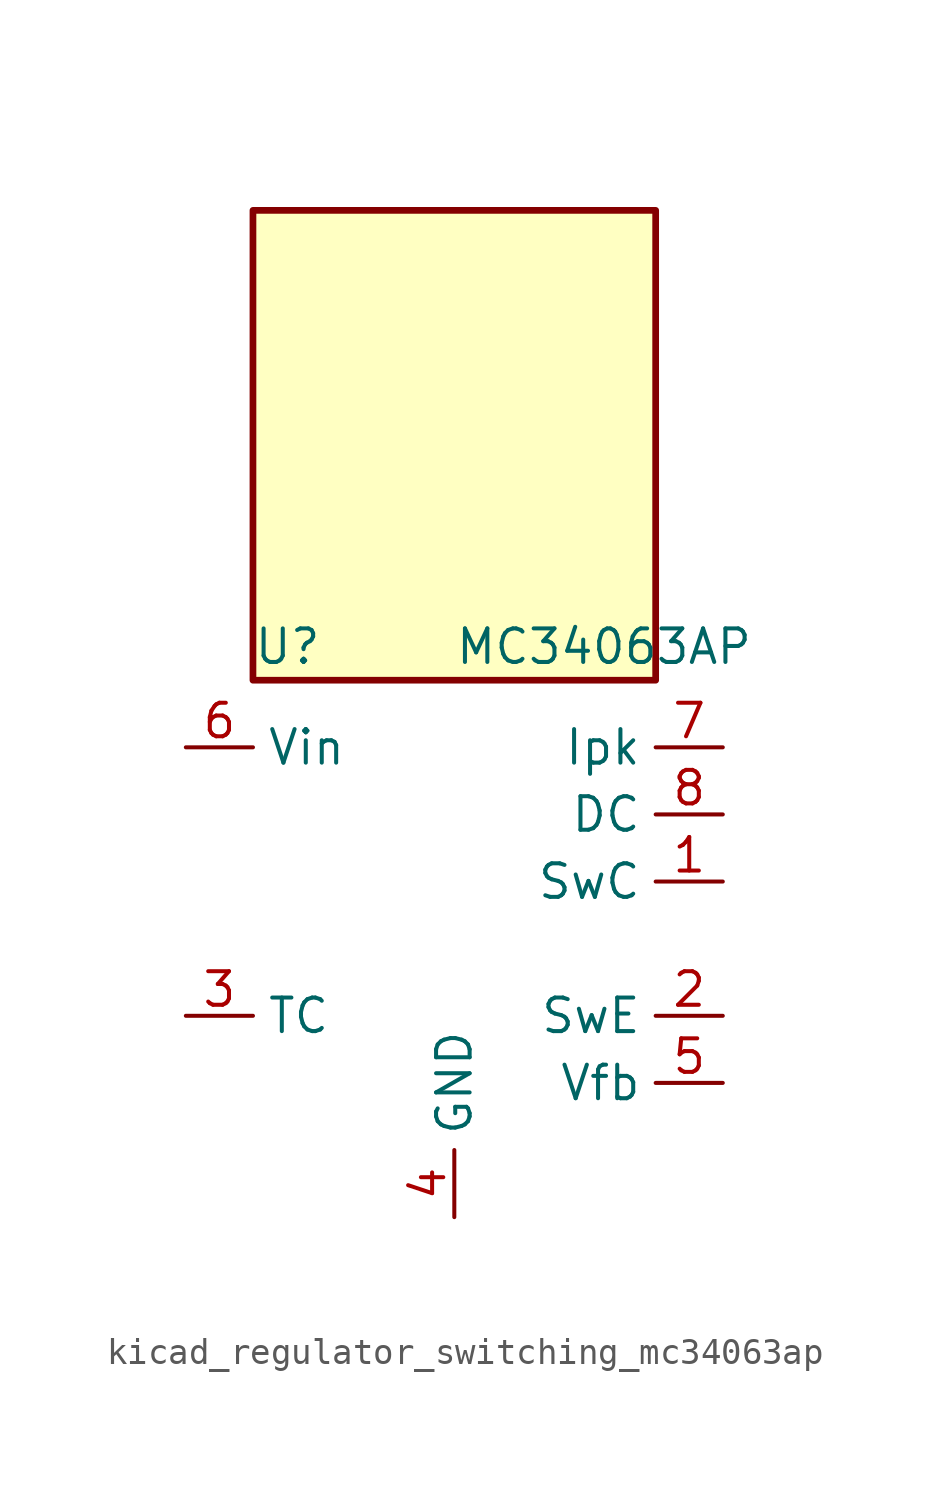
<source format=kicad_sym>
(kicad_symbol_lib
  (version 20220914)
  (generator kicad_symbol_editor)
  (symbol "kicad_regulator_switching_mc34063ap"
    (property "Reference" "U"
      (at -7.62 8.89 0)
      (effects (font (size 1.27 1.27)) (justify left)))
    (property "Value" "MC34063AP"
      (at 0 8.89 0)
      (effects (font (size 1.27 1.27)) (justify left)))
    (symbol "kicad_regulator_switching_mc34063ap_0_1"
      (rectangle (start 7.62 25.4) (end -7.62 7.62) (stroke (width 0.254) (type default)) (fill (type background))))
    (symbol "kicad_regulator_switching_mc34063ap_1_1"
      (pin open_collector line (at 10.16 0 180) (length 2.54) (name "SwC" (effects (font (size 1.27 1.27)))) (number "1" (effects (font (size 1.27 1.27)))))
      (pin open_emitter line (at 10.16 -5.08 180) (length 2.54) (name "SwE" (effects (font (size 1.27 1.27)))) (number "2" (effects (font (size 1.27 1.27)))))
      (pin passive line (at -10.16 -5.08 0) (length 2.54) (name "TC" (effects (font (size 1.27 1.27)))) (number "3" (effects (font (size 1.27 1.27)))))
      (pin power_in line (at 0 -12.7 90) (length 2.54) (name "GND" (effects (font (size 1.27 1.27)))) (number "4" (effects (font (size 1.27 1.27)))))
      (pin input line (at 10.16 -7.62 180) (length 2.54) (name "Vfb" (effects (font (size 1.27 1.27)))) (number "5" (effects (font (size 1.27 1.27)))))
      (pin power_in line (at -10.16 5.08 0) (length 2.54) (name "Vin" (effects (font (size 1.27 1.27)))) (number "6" (effects (font (size 1.27 1.27)))))
      (pin input line (at 10.16 5.08 180) (length 2.54) (name "Ipk" (effects (font (size 1.27 1.27)))) (number "7" (effects (font (size 1.27 1.27)))))
      (pin open_collector line (at 10.16 2.54 180) (length 2.54) (name "DC" (effects (font (size 1.27 1.27)))) (number "8" (effects (font (size 1.27 1.27))))))))
</source>
